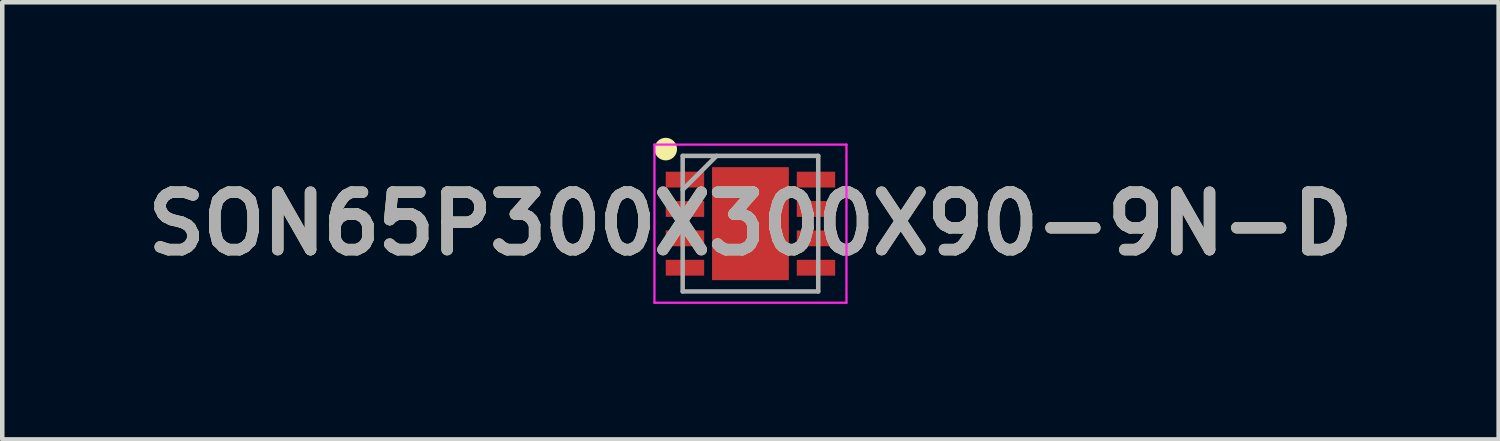
<source format=kicad_pcb>
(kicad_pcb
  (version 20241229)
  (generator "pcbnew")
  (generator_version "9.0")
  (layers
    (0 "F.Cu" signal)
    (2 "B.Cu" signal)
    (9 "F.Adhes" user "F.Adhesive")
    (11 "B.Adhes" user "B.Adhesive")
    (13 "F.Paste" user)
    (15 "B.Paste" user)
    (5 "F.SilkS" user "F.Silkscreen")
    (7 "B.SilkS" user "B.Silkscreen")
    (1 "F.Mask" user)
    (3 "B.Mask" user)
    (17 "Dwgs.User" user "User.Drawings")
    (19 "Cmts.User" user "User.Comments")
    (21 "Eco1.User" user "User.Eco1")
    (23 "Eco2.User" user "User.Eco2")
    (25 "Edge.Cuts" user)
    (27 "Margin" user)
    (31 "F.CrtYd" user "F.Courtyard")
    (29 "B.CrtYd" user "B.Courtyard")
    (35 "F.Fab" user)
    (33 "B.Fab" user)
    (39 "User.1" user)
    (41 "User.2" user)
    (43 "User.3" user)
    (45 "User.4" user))
  (footprint "SON65P300X300X90-9N-D"
    (layer "F.Cu")
    (at 13.559 1.9)
    (property "Reference" "SON65P300X300X90-9N-D" (at 0 0 0) (layer "F.SilkS") (effects (font (size 1.27 1.27) (thickness 0.254))))
    (attr smd)
    (fp_circle (center -1.875 -1.65) (end -1.875 -1.525) (stroke (width 0.25) (type solid)) (fill no) (layer "F.SilkS"))
    (fp_line (start -2.125 -1.75) (end 2.125 -1.75) (stroke (width 0.05) (type solid)) (layer "F.CrtYd"))
    (fp_line (start -2.125 1.75) (end -2.125 -1.75) (stroke (width 0.05) (type solid)) (layer "F.CrtYd"))
    (fp_line (start 2.125 -1.75) (end 2.125 1.75) (stroke (width 0.05) (type solid)) (layer "F.CrtYd"))
    (fp_line (start 2.125 1.75) (end -2.125 1.75) (stroke (width 0.05) (type solid)) (layer "F.CrtYd"))
    (fp_line (start -1.5 -1.5) (end 1.5 -1.5) (stroke (width 0.1) (type solid)) (layer "F.Fab"))
    (fp_line (start -1.5 -0.75) (end -0.75 -1.5) (stroke (width 0.1) (type solid)) (layer "F.Fab"))
    (fp_line (start -1.5 1.5) (end -1.5 -1.5) (stroke (width 0.1) (type solid)) (layer "F.Fab"))
    (fp_line (start 1.5 -1.5) (end 1.5 1.5) (stroke (width 0.1) (type solid)) (layer "F.Fab"))
    (fp_line (start 1.5 1.5) (end -1.5 1.5) (stroke (width 0.1) (type solid)) (layer "F.Fab"))
    (fp_text user "${REFERENCE}" (at 0 0 0) (layer "F.Fab") (effects (font (size 1.27 1.27) (thickness 0.254))))
    (pad "1" smd rect (at -1.45 -0.975 90) (size 0.35 0.85) (layers "F.Cu" "F.Mask" "F.Paste"))
    (pad "2" smd rect (at -1.45 -0.325 90) (size 0.35 0.85) (layers "F.Cu" "F.Mask" "F.Paste"))
    (pad "3" smd rect (at -1.45 0.325 90) (size 0.35 0.85) (layers "F.Cu" "F.Mask" "F.Paste"))
    (pad "4" smd rect (at -1.45 0.975 90) (size 0.35 0.85) (layers "F.Cu" "F.Mask" "F.Paste"))
    (pad "5" smd rect (at 1.45 0.975 90) (size 0.35 0.85) (layers "F.Cu" "F.Mask" "F.Paste"))
    (pad "6" smd rect (at 1.45 0.325 90) (size 0.35 0.85) (layers "F.Cu" "F.Mask" "F.Paste"))
    (pad "7" smd rect (at 1.45 -0.325 90) (size 0.35 0.85) (layers "F.Cu" "F.Mask" "F.Paste"))
    (pad "8" smd rect (at 1.45 -0.975 90) (size 0.35 0.85) (layers "F.Cu" "F.Mask" "F.Paste"))
    (pad "9" smd rect (at 0 0) (size 1.7 2.5) (layers "F.Cu" "F.Mask" "F.Paste")))
  (gr_rect
    (start -3 -3)
    (end 30.118 6.675)
    (stroke (width 0.1) (type default))
    (fill no)
    (layer "Edge.Cuts")))
</source>
